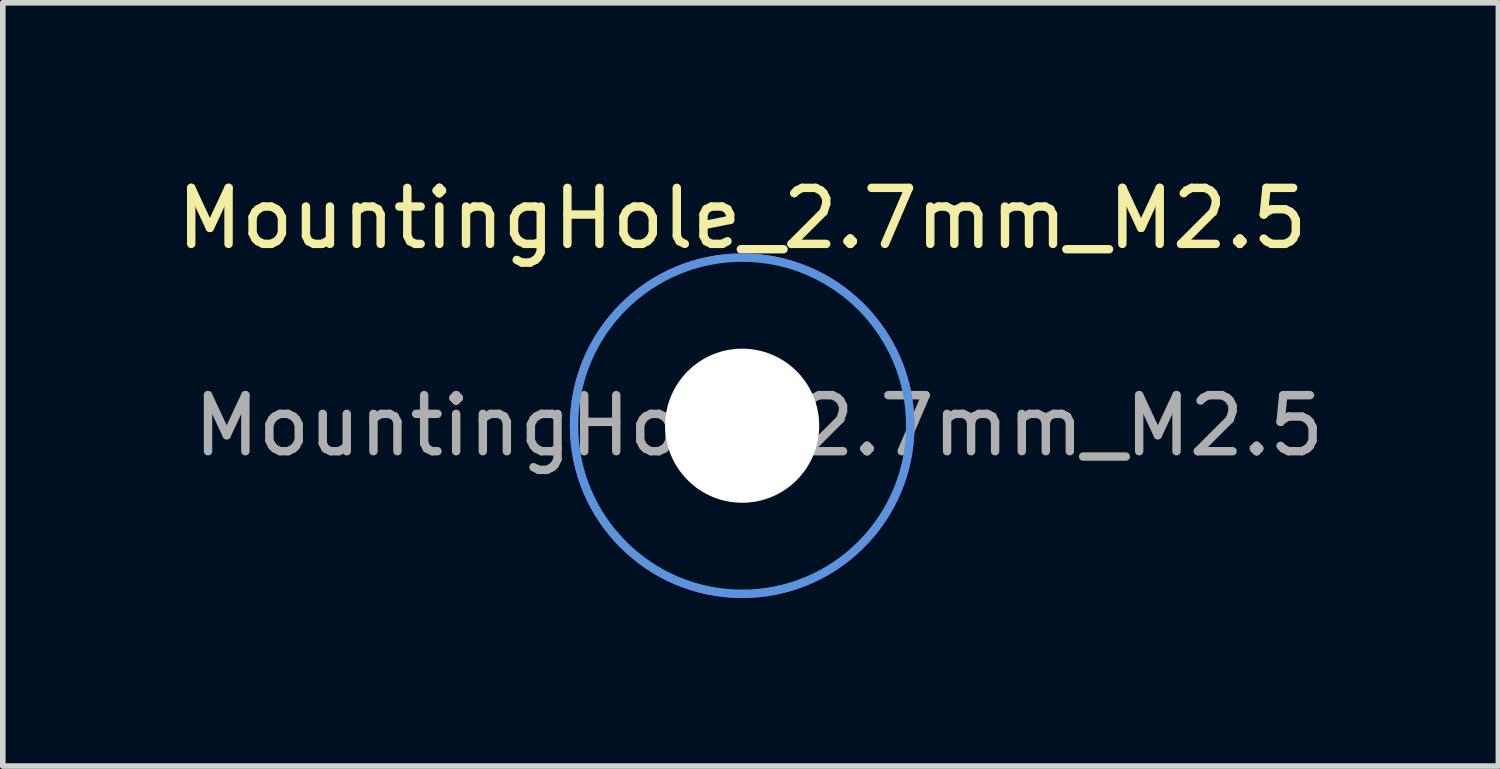
<source format=kicad_pcb>
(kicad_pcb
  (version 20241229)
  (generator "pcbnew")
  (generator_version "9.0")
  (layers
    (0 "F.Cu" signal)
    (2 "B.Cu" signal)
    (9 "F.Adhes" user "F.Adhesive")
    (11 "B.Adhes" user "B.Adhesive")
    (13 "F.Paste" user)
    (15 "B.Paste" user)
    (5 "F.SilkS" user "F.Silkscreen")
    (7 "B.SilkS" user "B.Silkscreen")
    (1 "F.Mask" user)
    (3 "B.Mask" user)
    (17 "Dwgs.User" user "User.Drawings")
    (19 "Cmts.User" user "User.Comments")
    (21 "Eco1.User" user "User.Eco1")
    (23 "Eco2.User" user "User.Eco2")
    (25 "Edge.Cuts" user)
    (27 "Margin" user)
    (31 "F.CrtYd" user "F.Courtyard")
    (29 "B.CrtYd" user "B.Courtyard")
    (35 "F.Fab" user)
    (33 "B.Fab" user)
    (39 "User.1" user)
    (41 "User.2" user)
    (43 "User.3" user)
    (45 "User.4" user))
  (footprint "MountingHole_2.7mm_M2.5"
    (layer "F.Cu")
    (at 10.196 4.548)
    (property "Reference" "MountingHole_2.7mm_M2.5" (at 0 -3.7 0) (layer "F.SilkS") (effects (font (size 1 1) (thickness 0.15))))
    (attr exclude_from_pos_files exclude_from_bom)
    (fp_circle (center 0 0) (end 3 0) (stroke (width 0.15) (type solid)) (fill no) (layer "Cmts.User"))
    (fp_circle (center 0 0) (end 3.05 0) (stroke (width 0.05) (type solid)) (fill no) (layer "F.CrtYd"))
    (fp_text user "${REFERENCE}" (at 0.3 0 0) (layer "F.Fab") (effects (font (size 1 1) (thickness 0.15))))
    (pad "" np_thru_hole circle (at 0 0) (size 2.75 2.75) (drill 2.75) (layers "*.Cu" "*.Mask")))
  (gr_rect
    (start -3 -3)
    (end 23.693 10.623)
    (stroke (width 0.1) (type default))
    (fill no)
    (layer "Edge.Cuts")))
</source>
